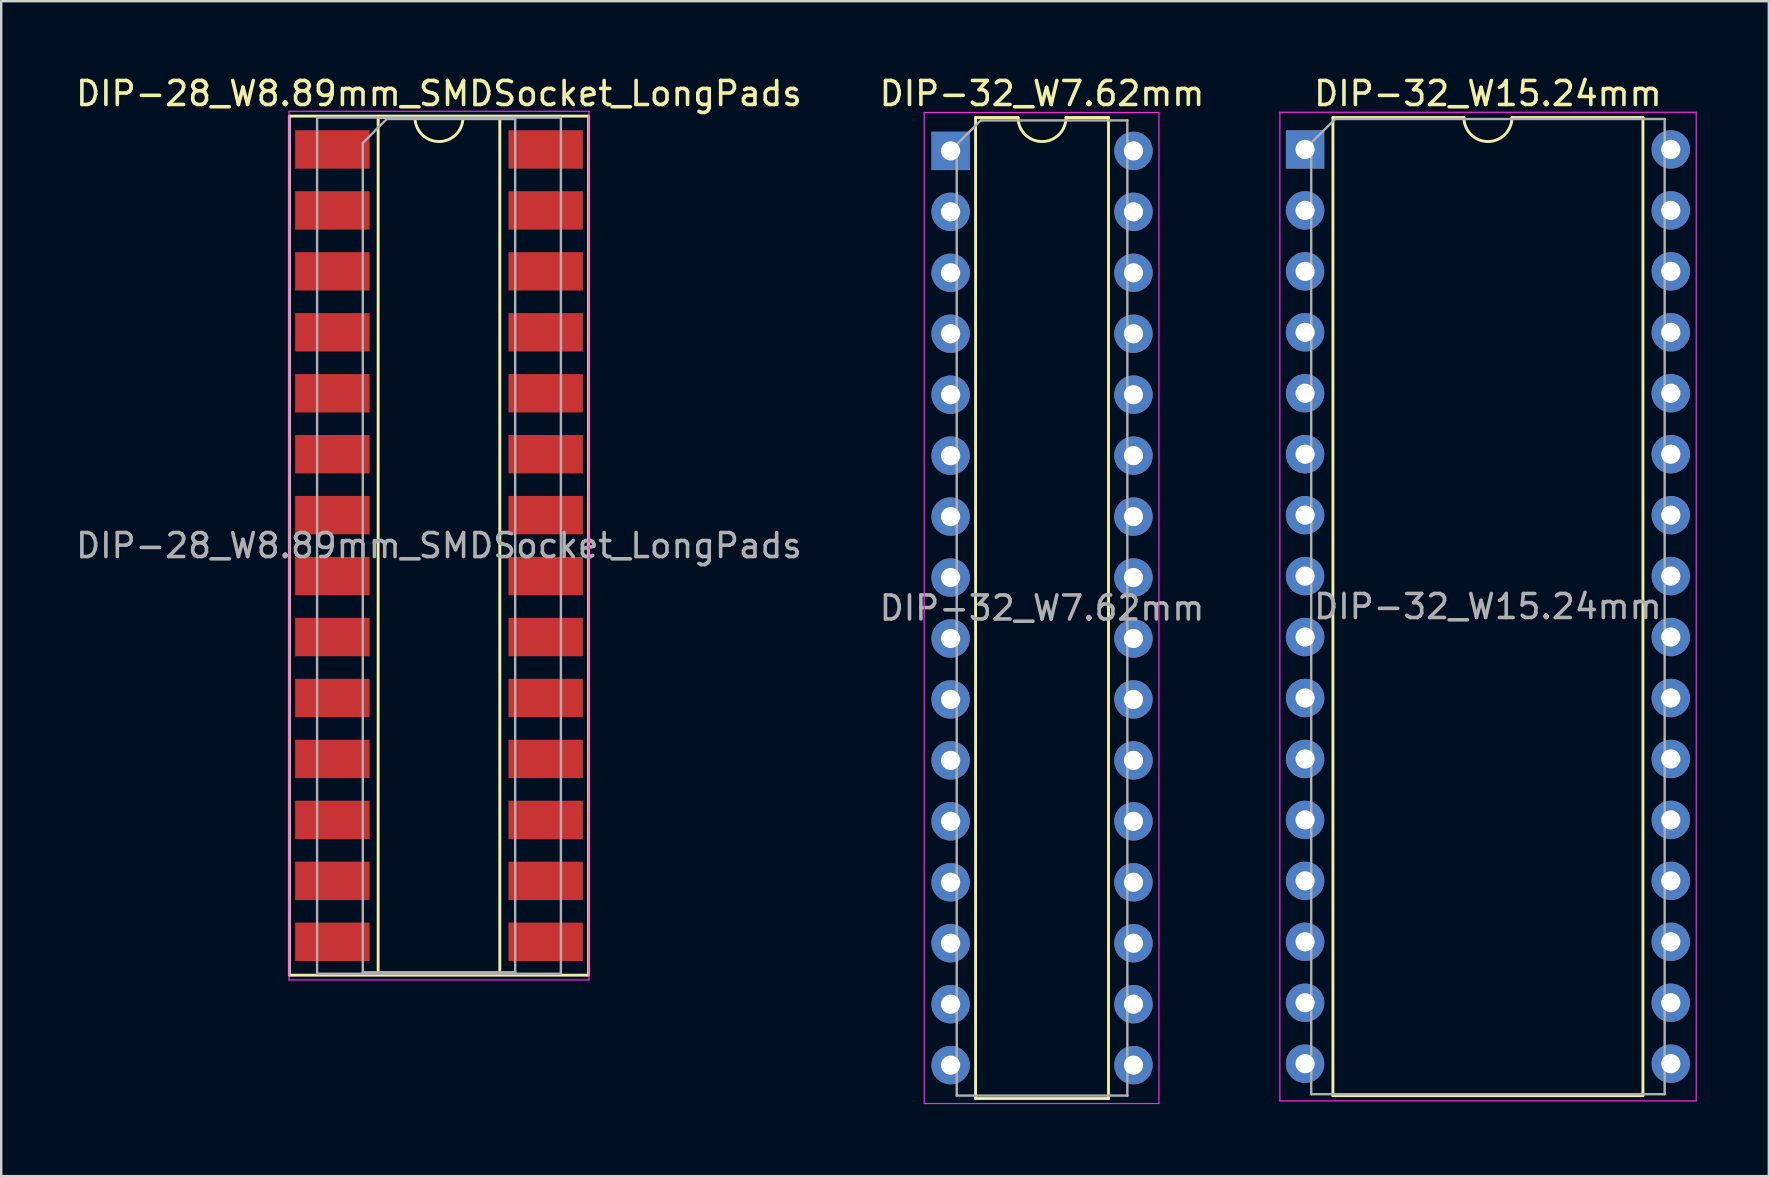
<source format=kicad_pcb>
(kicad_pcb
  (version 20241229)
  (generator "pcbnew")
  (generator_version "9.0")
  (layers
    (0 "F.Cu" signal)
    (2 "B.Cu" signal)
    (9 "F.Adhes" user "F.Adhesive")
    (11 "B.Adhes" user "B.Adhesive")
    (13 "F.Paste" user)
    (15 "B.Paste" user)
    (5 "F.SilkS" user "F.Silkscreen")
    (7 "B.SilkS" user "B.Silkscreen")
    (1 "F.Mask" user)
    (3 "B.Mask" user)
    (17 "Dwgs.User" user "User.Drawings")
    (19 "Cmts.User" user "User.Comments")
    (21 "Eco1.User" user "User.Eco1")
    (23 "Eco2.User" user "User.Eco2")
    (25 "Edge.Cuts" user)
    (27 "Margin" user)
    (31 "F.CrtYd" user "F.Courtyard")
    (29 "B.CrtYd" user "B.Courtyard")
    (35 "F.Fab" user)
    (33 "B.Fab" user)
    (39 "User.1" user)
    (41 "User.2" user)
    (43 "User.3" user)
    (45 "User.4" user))
  (footprint "DIP-32_W15.24mm"
    (layer "F.Cu")
    (at 51.337 3.178)
    (property "Reference" "DIP-32_W15.24mm" (at 7.62 -2.33 0) (layer "F.SilkS") (effects (font (size 1 1) (thickness 0.15))))
    (attr through_hole)
    (fp_line (start 1.16 -1.33) (end 1.16 39.43) (stroke (width 0.12) (type solid)) (layer "F.SilkS"))
    (fp_line (start 1.16 39.43) (end 14.08 39.43) (stroke (width 0.12) (type solid)) (layer "F.SilkS"))
    (fp_line (start 6.62 -1.33) (end 1.16 -1.33) (stroke (width 0.12) (type solid)) (layer "F.SilkS"))
    (fp_line (start 14.08 -1.33) (end 8.62 -1.33) (stroke (width 0.12) (type solid)) (layer "F.SilkS"))
    (fp_line (start 14.08 39.43) (end 14.08 -1.33) (stroke (width 0.12) (type solid)) (layer "F.SilkS"))
    (fp_arc (start 8.62 -1.33) (mid 7.62 -0.33) (end 6.62 -1.33) (stroke (width 0.12) (type solid)) (layer "F.SilkS"))
    (fp_line (start -1.05 -1.55) (end -1.05 39.65) (stroke (width 0.05) (type solid)) (layer "F.CrtYd"))
    (fp_line (start -1.05 39.65) (end 16.3 39.65) (stroke (width 0.05) (type solid)) (layer "F.CrtYd"))
    (fp_line (start 16.3 -1.55) (end -1.05 -1.55) (stroke (width 0.05) (type solid)) (layer "F.CrtYd"))
    (fp_line (start 16.3 39.65) (end 16.3 -1.55) (stroke (width 0.05) (type solid)) (layer "F.CrtYd"))
    (fp_line (start 0.255 -0.27) (end 1.255 -1.27) (stroke (width 0.1) (type solid)) (layer "F.Fab"))
    (fp_line (start 0.255 39.37) (end 0.255 -0.27) (stroke (width 0.1) (type solid)) (layer "F.Fab"))
    (fp_line (start 1.255 -1.27) (end 14.985 -1.27) (stroke (width 0.1) (type solid)) (layer "F.Fab"))
    (fp_line (start 14.985 -1.27) (end 14.985 39.37) (stroke (width 0.1) (type solid)) (layer "F.Fab"))
    (fp_line (start 14.985 39.37) (end 0.255 39.37) (stroke (width 0.1) (type solid)) (layer "F.Fab"))
    (fp_text user "${REFERENCE}" (at 7.62 19.05 0) (layer "F.Fab") (effects (font (size 1 1) (thickness 0.15))))
    (pad "1" thru_hole rect (at 0 0) (size 1.6 1.6) (drill 0.8) (layers "*.Cu" "*.Mask"))
    (pad "2" thru_hole oval (at 0 2.54) (size 1.6 1.6) (drill 0.8) (layers "*.Cu" "*.Mask"))
    (pad "3" thru_hole oval (at 0 5.08) (size 1.6 1.6) (drill 0.8) (layers "*.Cu" "*.Mask"))
    (pad "4" thru_hole oval (at 0 7.62) (size 1.6 1.6) (drill 0.8) (layers "*.Cu" "*.Mask"))
    (pad "5" thru_hole oval (at 0 10.16) (size 1.6 1.6) (drill 0.8) (layers "*.Cu" "*.Mask"))
    (pad "6" thru_hole oval (at 0 12.7) (size 1.6 1.6) (drill 0.8) (layers "*.Cu" "*.Mask"))
    (pad "7" thru_hole oval (at 0 15.24) (size 1.6 1.6) (drill 0.8) (layers "*.Cu" "*.Mask"))
    (pad "8" thru_hole oval (at 0 17.78) (size 1.6 1.6) (drill 0.8) (layers "*.Cu" "*.Mask"))
    (pad "9" thru_hole oval (at 0 20.32) (size 1.6 1.6) (drill 0.8) (layers "*.Cu" "*.Mask"))
    (pad "10" thru_hole oval (at 0 22.86) (size 1.6 1.6) (drill 0.8) (layers "*.Cu" "*.Mask"))
    (pad "11" thru_hole oval (at 0 25.4) (size 1.6 1.6) (drill 0.8) (layers "*.Cu" "*.Mask"))
    (pad "12" thru_hole oval (at 0 27.94) (size 1.6 1.6) (drill 0.8) (layers "*.Cu" "*.Mask"))
    (pad "13" thru_hole oval (at 0 30.48) (size 1.6 1.6) (drill 0.8) (layers "*.Cu" "*.Mask"))
    (pad "14" thru_hole oval (at 0 33.02) (size 1.6 1.6) (drill 0.8) (layers "*.Cu" "*.Mask"))
    (pad "15" thru_hole oval (at 0 35.56) (size 1.6 1.6) (drill 0.8) (layers "*.Cu" "*.Mask"))
    (pad "16" thru_hole oval (at 0 38.1) (size 1.6 1.6) (drill 0.8) (layers "*.Cu" "*.Mask"))
    (pad "17" thru_hole oval (at 15.24 38.1) (size 1.6 1.6) (drill 0.8) (layers "*.Cu" "*.Mask"))
    (pad "18" thru_hole oval (at 15.24 35.56) (size 1.6 1.6) (drill 0.8) (layers "*.Cu" "*.Mask"))
    (pad "19" thru_hole oval (at 15.24 33.02) (size 1.6 1.6) (drill 0.8) (layers "*.Cu" "*.Mask"))
    (pad "20" thru_hole oval (at 15.24 30.48) (size 1.6 1.6) (drill 0.8) (layers "*.Cu" "*.Mask"))
    (pad "21" thru_hole oval (at 15.24 27.94) (size 1.6 1.6) (drill 0.8) (layers "*.Cu" "*.Mask"))
    (pad "22" thru_hole oval (at 15.24 25.4) (size 1.6 1.6) (drill 0.8) (layers "*.Cu" "*.Mask"))
    (pad "23" thru_hole oval (at 15.24 22.86) (size 1.6 1.6) (drill 0.8) (layers "*.Cu" "*.Mask"))
    (pad "24" thru_hole oval (at 15.24 20.32) (size 1.6 1.6) (drill 0.8) (layers "*.Cu" "*.Mask"))
    (pad "25" thru_hole oval (at 15.24 17.78) (size 1.6 1.6) (drill 0.8) (layers "*.Cu" "*.Mask"))
    (pad "26" thru_hole oval (at 15.24 15.24) (size 1.6 1.6) (drill 0.8) (layers "*.Cu" "*.Mask"))
    (pad "27" thru_hole oval (at 15.24 12.7) (size 1.6 1.6) (drill 0.8) (layers "*.Cu" "*.Mask"))
    (pad "28" thru_hole oval (at 15.24 10.16) (size 1.6 1.6) (drill 0.8) (layers "*.Cu" "*.Mask"))
    (pad "29" thru_hole oval (at 15.24 7.62) (size 1.6 1.6) (drill 0.8) (layers "*.Cu" "*.Mask"))
    (pad "30" thru_hole oval (at 15.24 5.08) (size 1.6 1.6) (drill 0.8) (layers "*.Cu" "*.Mask"))
    (pad "31" thru_hole oval (at 15.24 2.54) (size 1.6 1.6) (drill 0.8) (layers "*.Cu" "*.Mask"))
    (pad "32" thru_hole oval (at 15.24 0) (size 1.6 1.6) (drill 0.8) (layers "*.Cu" "*.Mask")))
  (footprint "DIP-32_W7.62mm"
    (layer "F.Cu")
    (at 36.565 3.238)
    (property "Reference" "DIP-32_W7.62mm" (at 3.81 -2.39 0) (layer "F.SilkS") (effects (font (size 1 1) (thickness 0.15))))
    (attr through_hole)
    (fp_line (start 1.04 -1.39) (end 1.04 39.49) (stroke (width 0.12) (type solid)) (layer "F.SilkS"))
    (fp_line (start 1.04 39.49) (end 6.58 39.49) (stroke (width 0.12) (type solid)) (layer "F.SilkS"))
    (fp_line (start 2.81 -1.39) (end 1.04 -1.39) (stroke (width 0.12) (type solid)) (layer "F.SilkS"))
    (fp_line (start 6.58 -1.39) (end 4.81 -1.39) (stroke (width 0.12) (type solid)) (layer "F.SilkS"))
    (fp_line (start 6.58 39.49) (end 6.58 -1.39) (stroke (width 0.12) (type solid)) (layer "F.SilkS"))
    (fp_arc (start 4.81 -1.39) (mid 3.81 -0.39) (end 2.81 -1.39) (stroke (width 0.12) (type solid)) (layer "F.SilkS"))
    (fp_line (start -1.1 -1.6) (end -1.1 39.7) (stroke (width 0.05) (type solid)) (layer "F.CrtYd"))
    (fp_line (start -1.1 39.7) (end 8.68 39.7) (stroke (width 0.05) (type solid)) (layer "F.CrtYd"))
    (fp_line (start 8.68 -1.6) (end -1.1 -1.6) (stroke (width 0.05) (type solid)) (layer "F.CrtYd"))
    (fp_line (start 8.68 39.7) (end 8.68 -1.6) (stroke (width 0.05) (type solid)) (layer "F.CrtYd"))
    (fp_line (start 0.255 -0.27) (end 1.255 -1.27) (stroke (width 0.1) (type solid)) (layer "F.Fab"))
    (fp_line (start 0.255 39.37) (end 0.255 -0.27) (stroke (width 0.1) (type solid)) (layer "F.Fab"))
    (fp_line (start 1.255 -1.27) (end 7.365 -1.27) (stroke (width 0.1) (type solid)) (layer "F.Fab"))
    (fp_line (start 7.365 -1.27) (end 7.365 39.37) (stroke (width 0.1) (type solid)) (layer "F.Fab"))
    (fp_line (start 7.365 39.37) (end 0.255 39.37) (stroke (width 0.1) (type solid)) (layer "F.Fab"))
    (fp_text user "${REFERENCE}" (at 3.81 19.05 0) (layer "F.Fab") (effects (font (size 1 1) (thickness 0.15))))
    (pad "1" thru_hole rect (at 0 0) (size 1.6 1.6) (drill 0.8) (layers "*.Cu" "*.Mask"))
    (pad "2" thru_hole oval (at 0 2.54) (size 1.6 1.6) (drill 0.8) (layers "*.Cu" "*.Mask"))
    (pad "3" thru_hole oval (at 0 5.08) (size 1.6 1.6) (drill 0.8) (layers "*.Cu" "*.Mask"))
    (pad "4" thru_hole oval (at 0 7.62) (size 1.6 1.6) (drill 0.8) (layers "*.Cu" "*.Mask"))
    (pad "5" thru_hole oval (at 0 10.16) (size 1.6 1.6) (drill 0.8) (layers "*.Cu" "*.Mask"))
    (pad "6" thru_hole oval (at 0 12.7) (size 1.6 1.6) (drill 0.8) (layers "*.Cu" "*.Mask"))
    (pad "7" thru_hole oval (at 0 15.24) (size 1.6 1.6) (drill 0.8) (layers "*.Cu" "*.Mask"))
    (pad "8" thru_hole oval (at 0 17.78) (size 1.6 1.6) (drill 0.8) (layers "*.Cu" "*.Mask"))
    (pad "9" thru_hole oval (at 0 20.32) (size 1.6 1.6) (drill 0.8) (layers "*.Cu" "*.Mask"))
    (pad "10" thru_hole oval (at 0 22.86) (size 1.6 1.6) (drill 0.8) (layers "*.Cu" "*.Mask"))
    (pad "11" thru_hole oval (at 0 25.4) (size 1.6 1.6) (drill 0.8) (layers "*.Cu" "*.Mask"))
    (pad "12" thru_hole oval (at 0 27.94) (size 1.6 1.6) (drill 0.8) (layers "*.Cu" "*.Mask"))
    (pad "13" thru_hole oval (at 0 30.48) (size 1.6 1.6) (drill 0.8) (layers "*.Cu" "*.Mask"))
    (pad "14" thru_hole oval (at 0 33.02) (size 1.6 1.6) (drill 0.8) (layers "*.Cu" "*.Mask"))
    (pad "15" thru_hole oval (at 0 35.56) (size 1.6 1.6) (drill 0.8) (layers "*.Cu" "*.Mask"))
    (pad "16" thru_hole oval (at 0 38.1) (size 1.6 1.6) (drill 0.8) (layers "*.Cu" "*.Mask"))
    (pad "17" thru_hole oval (at 7.62 38.1) (size 1.6 1.6) (drill 0.8) (layers "*.Cu" "*.Mask"))
    (pad "18" thru_hole oval (at 7.62 35.56) (size 1.6 1.6) (drill 0.8) (layers "*.Cu" "*.Mask"))
    (pad "19" thru_hole oval (at 7.62 33.02) (size 1.6 1.6) (drill 0.8) (layers "*.Cu" "*.Mask"))
    (pad "20" thru_hole oval (at 7.62 30.48) (size 1.6 1.6) (drill 0.8) (layers "*.Cu" "*.Mask"))
    (pad "21" thru_hole oval (at 7.62 27.94) (size 1.6 1.6) (drill 0.8) (layers "*.Cu" "*.Mask"))
    (pad "22" thru_hole oval (at 7.62 25.4) (size 1.6 1.6) (drill 0.8) (layers "*.Cu" "*.Mask"))
    (pad "23" thru_hole oval (at 7.62 22.86) (size 1.6 1.6) (drill 0.8) (layers "*.Cu" "*.Mask"))
    (pad "24" thru_hole oval (at 7.62 20.32) (size 1.6 1.6) (drill 0.8) (layers "*.Cu" "*.Mask"))
    (pad "25" thru_hole oval (at 7.62 17.78) (size 1.6 1.6) (drill 0.8) (layers "*.Cu" "*.Mask"))
    (pad "26" thru_hole oval (at 7.62 15.24) (size 1.6 1.6) (drill 0.8) (layers "*.Cu" "*.Mask"))
    (pad "27" thru_hole oval (at 7.62 12.7) (size 1.6 1.6) (drill 0.8) (layers "*.Cu" "*.Mask"))
    (pad "28" thru_hole oval (at 7.62 10.16) (size 1.6 1.6) (drill 0.8) (layers "*.Cu" "*.Mask"))
    (pad "29" thru_hole oval (at 7.62 7.62) (size 1.6 1.6) (drill 0.8) (layers "*.Cu" "*.Mask"))
    (pad "30" thru_hole oval (at 7.62 5.08) (size 1.6 1.6) (drill 0.8) (layers "*.Cu" "*.Mask"))
    (pad "31" thru_hole oval (at 7.62 2.54) (size 1.6 1.6) (drill 0.8) (layers "*.Cu" "*.Mask"))
    (pad "32" thru_hole oval (at 7.62 0) (size 1.6 1.6) (drill 0.8) (layers "*.Cu" "*.Mask")))
  (footprint "DIP-28_W8.89mm_SMDSocket_LongPads"
    (layer "F.Cu")
    (at 15.244 19.688)
    (property "Reference" "DIP-28_W8.89mm_SMDSocket_LongPads" (at 0 -18.84 0) (layer "F.SilkS") (effects (font (size 1 1) (thickness 0.15))))
    (attr smd)
    (fp_line (start -6.235 -17.9) (end -6.235 17.9) (stroke (width 0.12) (type solid)) (layer "F.SilkS"))
    (fp_line (start -6.235 17.9) (end 6.235 17.9) (stroke (width 0.12) (type solid)) (layer "F.SilkS"))
    (fp_line (start -2.535 -17.84) (end -2.535 17.84) (stroke (width 0.12) (type solid)) (layer "F.SilkS"))
    (fp_line (start -2.535 17.84) (end 2.535 17.84) (stroke (width 0.12) (type solid)) (layer "F.SilkS"))
    (fp_line (start -1 -17.84) (end -2.535 -17.84) (stroke (width 0.12) (type solid)) (layer "F.SilkS"))
    (fp_line (start 2.535 -17.84) (end 1 -17.84) (stroke (width 0.12) (type solid)) (layer "F.SilkS"))
    (fp_line (start 2.535 17.84) (end 2.535 -17.84) (stroke (width 0.12) (type solid)) (layer "F.SilkS"))
    (fp_line (start 6.235 -17.9) (end -6.235 -17.9) (stroke (width 0.12) (type solid)) (layer "F.SilkS"))
    (fp_line (start 6.235 17.9) (end 6.235 -17.9) (stroke (width 0.12) (type solid)) (layer "F.SilkS"))
    (fp_arc (start 1 -17.84) (mid 0 -16.84) (end -1 -17.84) (stroke (width 0.12) (type solid)) (layer "F.SilkS"))
    (fp_line (start -6.25 -18.1) (end -6.25 18.1) (stroke (width 0.05) (type solid)) (layer "F.CrtYd"))
    (fp_line (start -6.25 18.1) (end 6.25 18.1) (stroke (width 0.05) (type solid)) (layer "F.CrtYd"))
    (fp_line (start 6.25 -18.1) (end -6.25 -18.1) (stroke (width 0.05) (type solid)) (layer "F.CrtYd"))
    (fp_line (start 6.25 18.1) (end 6.25 -18.1) (stroke (width 0.05) (type solid)) (layer "F.CrtYd"))
    (fp_line (start -5.08 -17.84) (end -5.08 17.84) (stroke (width 0.1) (type solid)) (layer "F.Fab"))
    (fp_line (start -5.08 17.84) (end 5.08 17.84) (stroke (width 0.1) (type solid)) (layer "F.Fab"))
    (fp_line (start -3.175 -16.78) (end -2.175 -17.78) (stroke (width 0.1) (type solid)) (layer "F.Fab"))
    (fp_line (start -3.175 17.78) (end -3.175 -16.78) (stroke (width 0.1) (type solid)) (layer "F.Fab"))
    (fp_line (start -2.175 -17.78) (end 3.175 -17.78) (stroke (width 0.1) (type solid)) (layer "F.Fab"))
    (fp_line (start 3.175 -17.78) (end 3.175 17.78) (stroke (width 0.1) (type solid)) (layer "F.Fab"))
    (fp_line (start 3.175 17.78) (end -3.175 17.78) (stroke (width 0.1) (type solid)) (layer "F.Fab"))
    (fp_line (start 5.08 -17.84) (end -5.08 -17.84) (stroke (width 0.1) (type solid)) (layer "F.Fab"))
    (fp_line (start 5.08 17.84) (end 5.08 -17.84) (stroke (width 0.1) (type solid)) (layer "F.Fab"))
    (fp_text user "${REFERENCE}" (at 0 0 0) (layer "F.Fab") (effects (font (size 1 1) (thickness 0.15))))
    (pad "1" smd rect (at -4.445 -16.51) (size 3.1 1.6) (layers "F.Cu" "F.Mask" "F.Paste"))
    (pad "2" smd rect (at -4.445 -13.97) (size 3.1 1.6) (layers "F.Cu" "F.Mask" "F.Paste"))
    (pad "3" smd rect (at -4.445 -11.43) (size 3.1 1.6) (layers "F.Cu" "F.Mask" "F.Paste"))
    (pad "4" smd rect (at -4.445 -8.89) (size 3.1 1.6) (layers "F.Cu" "F.Mask" "F.Paste"))
    (pad "5" smd rect (at -4.445 -6.35) (size 3.1 1.6) (layers "F.Cu" "F.Mask" "F.Paste"))
    (pad "6" smd rect (at -4.445 -3.81) (size 3.1 1.6) (layers "F.Cu" "F.Mask" "F.Paste"))
    (pad "7" smd rect (at -4.445 -1.27) (size 3.1 1.6) (layers "F.Cu" "F.Mask" "F.Paste"))
    (pad "8" smd rect (at -4.445 1.27) (size 3.1 1.6) (layers "F.Cu" "F.Mask" "F.Paste"))
    (pad "9" smd rect (at -4.445 3.81) (size 3.1 1.6) (layers "F.Cu" "F.Mask" "F.Paste"))
    (pad "10" smd rect (at -4.445 6.35) (size 3.1 1.6) (layers "F.Cu" "F.Mask" "F.Paste"))
    (pad "11" smd rect (at -4.445 8.89) (size 3.1 1.6) (layers "F.Cu" "F.Mask" "F.Paste"))
    (pad "12" smd rect (at -4.445 11.43) (size 3.1 1.6) (layers "F.Cu" "F.Mask" "F.Paste"))
    (pad "13" smd rect (at -4.445 13.97) (size 3.1 1.6) (layers "F.Cu" "F.Mask" "F.Paste"))
    (pad "14" smd rect (at -4.445 16.51) (size 3.1 1.6) (layers "F.Cu" "F.Mask" "F.Paste"))
    (pad "15" smd rect (at 4.445 16.51) (size 3.1 1.6) (layers "F.Cu" "F.Mask" "F.Paste"))
    (pad "16" smd rect (at 4.445 13.97) (size 3.1 1.6) (layers "F.Cu" "F.Mask" "F.Paste"))
    (pad "17" smd rect (at 4.445 11.43) (size 3.1 1.6) (layers "F.Cu" "F.Mask" "F.Paste"))
    (pad "18" smd rect (at 4.445 8.89) (size 3.1 1.6) (layers "F.Cu" "F.Mask" "F.Paste"))
    (pad "19" smd rect (at 4.445 6.35) (size 3.1 1.6) (layers "F.Cu" "F.Mask" "F.Paste"))
    (pad "20" smd rect (at 4.445 3.81) (size 3.1 1.6) (layers "F.Cu" "F.Mask" "F.Paste"))
    (pad "21" smd rect (at 4.445 1.27) (size 3.1 1.6) (layers "F.Cu" "F.Mask" "F.Paste"))
    (pad "22" smd rect (at 4.445 -1.27) (size 3.1 1.6) (layers "F.Cu" "F.Mask" "F.Paste"))
    (pad "23" smd rect (at 4.445 -3.81) (size 3.1 1.6) (layers "F.Cu" "F.Mask" "F.Paste"))
    (pad "24" smd rect (at 4.445 -6.35) (size 3.1 1.6) (layers "F.Cu" "F.Mask" "F.Paste"))
    (pad "25" smd rect (at 4.445 -8.89) (size 3.1 1.6) (layers "F.Cu" "F.Mask" "F.Paste"))
    (pad "26" smd rect (at 4.445 -11.43) (size 3.1 1.6) (layers "F.Cu" "F.Mask" "F.Paste"))
    (pad "27" smd rect (at 4.445 -13.97) (size 3.1 1.6) (layers "F.Cu" "F.Mask" "F.Paste"))
    (pad "28" smd rect (at 4.445 -16.51) (size 3.1 1.6) (layers "F.Cu" "F.Mask" "F.Paste")))
  (gr_rect
    (start -3 -3)
    (end 70.662 45.963)
    (stroke (width 0.1) (type default))
    (fill no)
    (layer "Edge.Cuts")))
</source>
